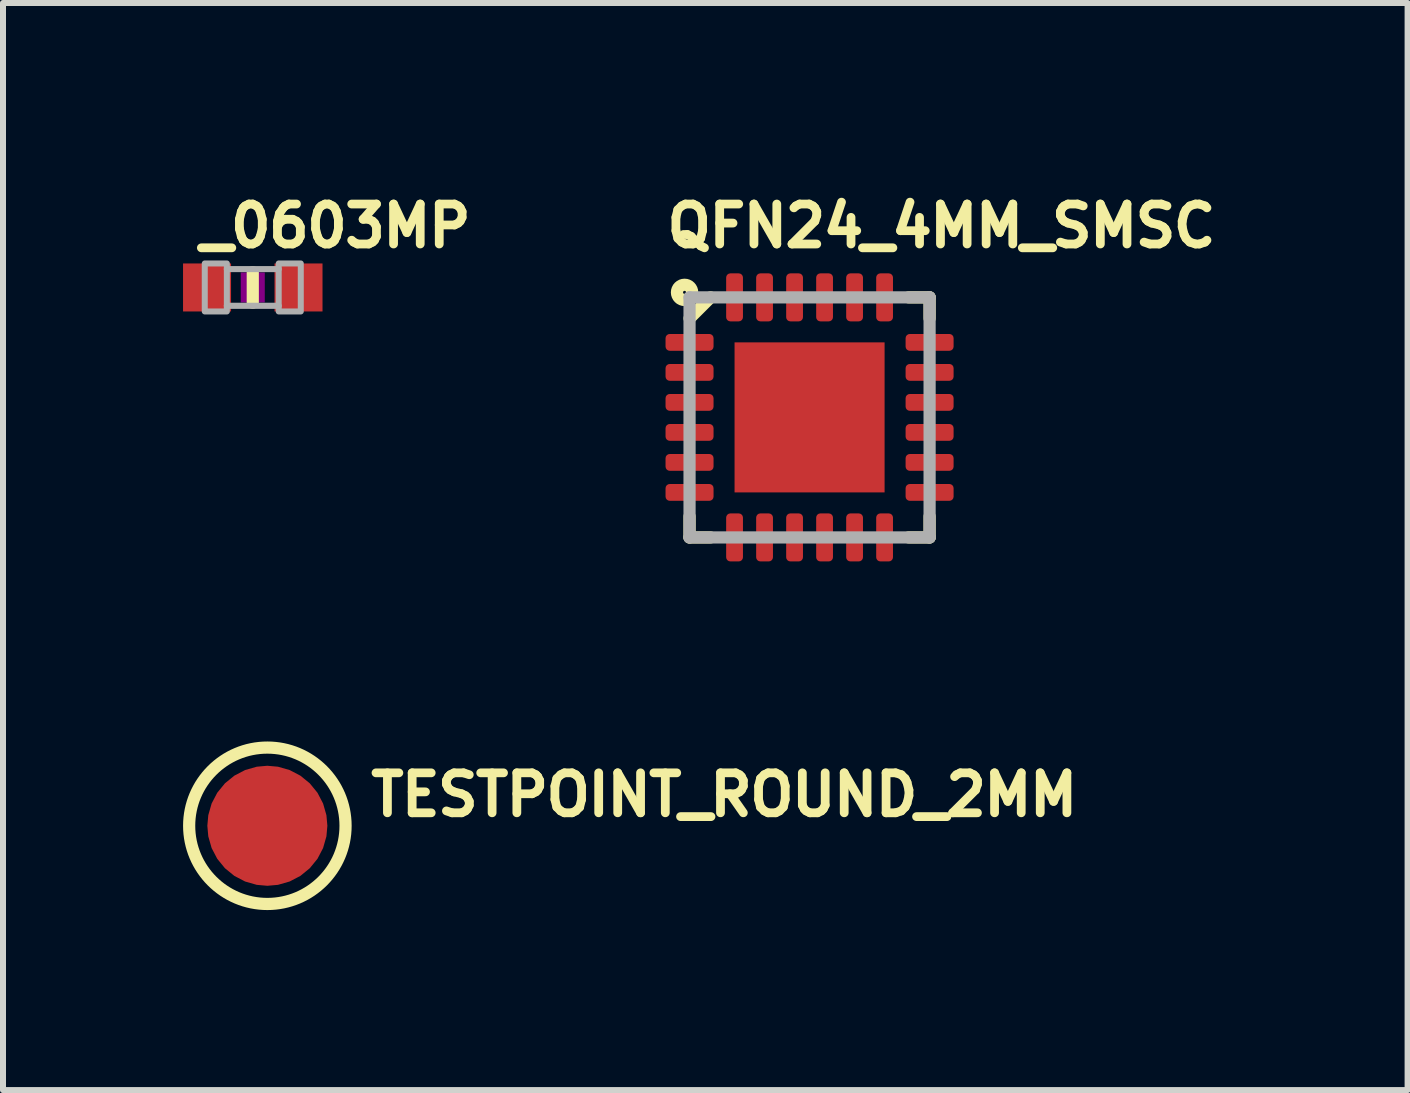
<source format=kicad_pcb>
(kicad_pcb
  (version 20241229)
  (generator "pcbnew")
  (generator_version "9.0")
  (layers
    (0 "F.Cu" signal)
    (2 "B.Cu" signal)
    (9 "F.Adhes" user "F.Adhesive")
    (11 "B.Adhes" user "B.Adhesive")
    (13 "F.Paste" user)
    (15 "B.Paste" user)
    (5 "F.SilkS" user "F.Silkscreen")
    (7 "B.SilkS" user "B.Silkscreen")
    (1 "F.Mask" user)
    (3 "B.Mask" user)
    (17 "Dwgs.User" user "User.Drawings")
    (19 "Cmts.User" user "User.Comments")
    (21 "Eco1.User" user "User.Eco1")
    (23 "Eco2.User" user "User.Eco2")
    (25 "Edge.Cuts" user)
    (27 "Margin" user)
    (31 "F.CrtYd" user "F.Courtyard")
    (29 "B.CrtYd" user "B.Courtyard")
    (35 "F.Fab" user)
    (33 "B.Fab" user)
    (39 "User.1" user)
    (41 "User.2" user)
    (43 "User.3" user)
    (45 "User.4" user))
  (footprint "QFN24_4MM_SMSC"
    (layer "F.Cu")
    (at 10.44 3.905)
    (property "Reference" "QFN24_4MM_SMSC" (at -2.45 -2.8 0) (unlocked yes) (layer "F.SilkS") (effects (font (size 0.666 0.666) (thickness 0.146)) (justify left bottom)))
    (fp_line (start -2 2) (end -2 1.65) (stroke (width 0.203) (type solid)) (layer "F.SilkS"))
    (fp_line (start -1.65 -2) (end -2 -1.65) (stroke (width 0.203) (type solid)) (layer "F.SilkS"))
    (fp_line (start -1.65 2) (end -2 2) (stroke (width 0.203) (type solid)) (layer "F.SilkS"))
    (fp_line (start 1.65 2) (end 2 2) (stroke (width 0.203) (type solid)) (layer "F.SilkS"))
    (fp_line (start 2 -2) (end 1.65 -2) (stroke (width 0.203) (type solid)) (layer "F.SilkS"))
    (fp_line (start 2 -1.65) (end 2 -2) (stroke (width 0.203) (type solid)) (layer "F.SilkS"))
    (fp_line (start 2 1.65) (end 2 2) (stroke (width 0.203) (type solid)) (layer "F.SilkS"))
    (fp_circle (center -2.083 -2.083) (end -1.956 -2.083) (stroke (width 0.203) (type solid)) (fill no) (layer "F.SilkS"))
    (fp_poly (pts (xy -1.2 -0.6) (xy -0.6 -0.6) (xy -0.6 -1.2) (xy -1.2 -1.2)) (stroke (width 0) (type default)) (fill yes) (layer "F.Paste"))
    (fp_poly (pts (xy -1.2 0.3) (xy -0.6 0.3) (xy -0.6 -0.3) (xy -1.2 -0.3)) (stroke (width 0) (type default)) (fill yes) (layer "F.Paste"))
    (fp_poly (pts (xy -1.2 1.2) (xy -0.6 1.2) (xy -0.6 0.6) (xy -1.2 0.6)) (stroke (width 0) (type default)) (fill yes) (layer "F.Paste"))
    (fp_poly (pts (xy -0.3 -0.6) (xy 0.3 -0.6) (xy 0.3 -1.2) (xy -0.3 -1.2)) (stroke (width 0) (type default)) (fill yes) (layer "F.Paste"))
    (fp_poly (pts (xy -0.3 0.3) (xy 0.3 0.3) (xy 0.3 -0.3) (xy -0.3 -0.3)) (stroke (width 0) (type default)) (fill yes) (layer "F.Paste"))
    (fp_poly (pts (xy -0.3 1.2) (xy 0.3 1.2) (xy 0.3 0.6) (xy -0.3 0.6)) (stroke (width 0) (type default)) (fill yes) (layer "F.Paste"))
    (fp_poly (pts (xy 0.6 -0.6) (xy 1.2 -0.6) (xy 1.2 -1.2) (xy 0.6 -1.2)) (stroke (width 0) (type default)) (fill yes) (layer "F.Paste"))
    (fp_poly (pts (xy 0.6 0.3) (xy 1.2 0.3) (xy 1.2 -0.3) (xy 0.6 -0.3)) (stroke (width 0) (type default)) (fill yes) (layer "F.Paste"))
    (fp_poly (pts (xy 0.6 1.2) (xy 1.2 1.2) (xy 1.2 0.6) (xy 0.6 0.6)) (stroke (width 0) (type default)) (fill yes) (layer "F.Paste"))
    (fp_line (start -2 -2) (end -2 2) (stroke (width 0.203) (type solid)) (layer "F.Fab"))
    (fp_line (start -2 2) (end 2 2) (stroke (width 0.203) (type solid)) (layer "F.Fab"))
    (fp_line (start 2 -2) (end -2 -2) (stroke (width 0.203) (type solid)) (layer "F.Fab"))
    (fp_line (start 2 2) (end 2 -2) (stroke (width 0.203) (type solid)) (layer "F.Fab"))
    (pad "1" smd roundrect (at -2 -1.25 180) (size 0.8 0.28) (layers "F.Cu" "F.Mask" "F.Paste") (roundrect_rratio 0.25))
    (pad "2" smd roundrect (at -2 -0.75 180) (size 0.8 0.28) (layers "F.Cu" "F.Mask" "F.Paste") (roundrect_rratio 0.25))
    (pad "3" smd roundrect (at -2 -0.25 180) (size 0.8 0.28) (layers "F.Cu" "F.Mask" "F.Paste") (roundrect_rratio 0.25))
    (pad "4" smd roundrect (at -2 0.25 180) (size 0.8 0.28) (layers "F.Cu" "F.Mask" "F.Paste") (roundrect_rratio 0.25))
    (pad "5" smd roundrect (at -2 0.75 180) (size 0.8 0.28) (layers "F.Cu" "F.Mask" "F.Paste") (roundrect_rratio 0.25))
    (pad "6" smd roundrect (at -2 1.25 180) (size 0.8 0.28) (layers "F.Cu" "F.Mask" "F.Paste") (roundrect_rratio 0.25))
    (pad "7" smd roundrect (at -1.25 2 90) (size 0.8 0.28) (layers "F.Cu" "F.Mask" "F.Paste") (roundrect_rratio 0.25))
    (pad "8" smd roundrect (at -0.75 2 90) (size 0.8 0.28) (layers "F.Cu" "F.Mask" "F.Paste") (roundrect_rratio 0.25))
    (pad "9" smd roundrect (at -0.25 2 90) (size 0.8 0.28) (layers "F.Cu" "F.Mask" "F.Paste") (roundrect_rratio 0.25))
    (pad "10" smd roundrect (at 0.25 2 90) (size 0.8 0.28) (layers "F.Cu" "F.Mask" "F.Paste") (roundrect_rratio 0.25))
    (pad "11" smd roundrect (at 0.75 2 90) (size 0.8 0.28) (layers "F.Cu" "F.Mask" "F.Paste") (roundrect_rratio 0.25))
    (pad "12" smd roundrect (at 1.25 2 90) (size 0.8 0.28) (layers "F.Cu" "F.Mask" "F.Paste") (roundrect_rratio 0.25))
    (pad "13" smd roundrect (at 2 1.25) (size 0.8 0.28) (layers "F.Cu" "F.Mask" "F.Paste") (roundrect_rratio 0.25))
    (pad "14" smd roundrect (at 2 0.75) (size 0.8 0.28) (layers "F.Cu" "F.Mask" "F.Paste") (roundrect_rratio 0.25))
    (pad "15" smd roundrect (at 2 0.25) (size 0.8 0.28) (layers "F.Cu" "F.Mask" "F.Paste") (roundrect_rratio 0.25))
    (pad "16" smd roundrect (at 2 -0.25) (size 0.8 0.28) (layers "F.Cu" "F.Mask" "F.Paste") (roundrect_rratio 0.25))
    (pad "17" smd roundrect (at 2 -0.75) (size 0.8 0.28) (layers "F.Cu" "F.Mask" "F.Paste") (roundrect_rratio 0.25))
    (pad "18" smd roundrect (at 2 -1.25) (size 0.8 0.28) (layers "F.Cu" "F.Mask" "F.Paste") (roundrect_rratio 0.25))
    (pad "19" smd roundrect (at 1.25 -2 270) (size 0.8 0.28) (layers "F.Cu" "F.Mask" "F.Paste") (roundrect_rratio 0.25))
    (pad "20" smd roundrect (at 0.75 -2 270) (size 0.8 0.28) (layers "F.Cu" "F.Mask" "F.Paste") (roundrect_rratio 0.25))
    (pad "21" smd roundrect (at 0.25 -2 270) (size 0.8 0.28) (layers "F.Cu" "F.Mask" "F.Paste") (roundrect_rratio 0.25))
    (pad "22" smd roundrect (at -0.25 -2 270) (size 0.8 0.28) (layers "F.Cu" "F.Mask" "F.Paste") (roundrect_rratio 0.25))
    (pad "23" smd roundrect (at -0.75 -2 270) (size 0.8 0.28) (layers "F.Cu" "F.Mask" "F.Paste") (roundrect_rratio 0.25))
    (pad "24" smd roundrect (at -1.25 -2 270) (size 0.8 0.28) (layers "F.Cu" "F.Mask" "F.Paste") (roundrect_rratio 0.25))
    (pad "THERM" smd rect (at 0 0) (size 2.5 2.5) (layers "F.Cu" "F.Mask")))
  (footprint "_0603MP"
    (layer "F.Cu")
    (at 1.162 1.74)
    (property "Reference" "_0603MP" (at -0.953 -0.635 0) (unlocked yes) (layer "F.SilkS") (effects (font (size 0.666 0.666) (thickness 0.146)) (justify left bottom)))
    (fp_line (start 0 -0.254) (end 0 0.254) (stroke (width 0.203) (type solid)) (layer "F.SilkS"))
    (fp_poly (pts (xy -0.2 0.25) (xy 0.2 0.25) (xy 0.2 -0.25) (xy -0.2 -0.25)) (stroke (width 0) (type default)) (fill yes) (layer "F.Adhes"))
    (fp_line (start -0.432 0.306) (end 0.432 0.306) (stroke (width 0.102) (type solid)) (layer "F.Fab"))
    (fp_line (start 0.432 -0.306) (end -0.432 -0.306) (stroke (width 0.102) (type solid)) (layer "F.Fab"))
    (fp_poly (pts (xy -0.8 0.4) (xy -0.432 0.4) (xy -0.432 -0.4) (xy -0.8 -0.4)) (stroke (width 0.1) (type default)) (fill no) (layer "F.Fab"))
    (fp_poly (pts (xy 0.432 0.4) (xy 0.8 0.4) (xy 0.8 -0.4) (xy 0.432 -0.4)) (stroke (width 0.1) (type default)) (fill no) (layer "F.Fab"))
    (pad "1" smd rect (at -0.762 0) (size 0.8 0.8) (layers "F.Cu" "F.Mask" "F.Paste"))
    (pad "2" smd rect (at 0.762 0) (size 0.8 0.8) (layers "F.Cu" "F.Mask" "F.Paste")))
  (footprint "TESTPOINT_ROUND_2MM"
    (layer "F.Cu")
    (at 1.405 10.71)
    (property "Reference" "TESTPOINT_ROUND_2MM" (at 1.651 -0.127 0) (unlocked yes) (layer "F.SilkS") (effects (font (size 0.666 0.666) (thickness 0.146)) (justify left bottom)))
    (fp_circle (center 0 0) (end 1.303 0) (stroke (width 0.203) (type solid)) (fill no) (layer "F.SilkS"))
    (pad "P$1" smd roundrect (at 0 0) (size 2 2) (layers "F.Cu" "F.Mask") (roundrect_rratio 0.5)))
  (gr_rect
    (start -3 -3)
    (end 20.405 15.114)
    (stroke (width 0.1) (type default))
    (fill no)
    (layer "Edge.Cuts")))
</source>
